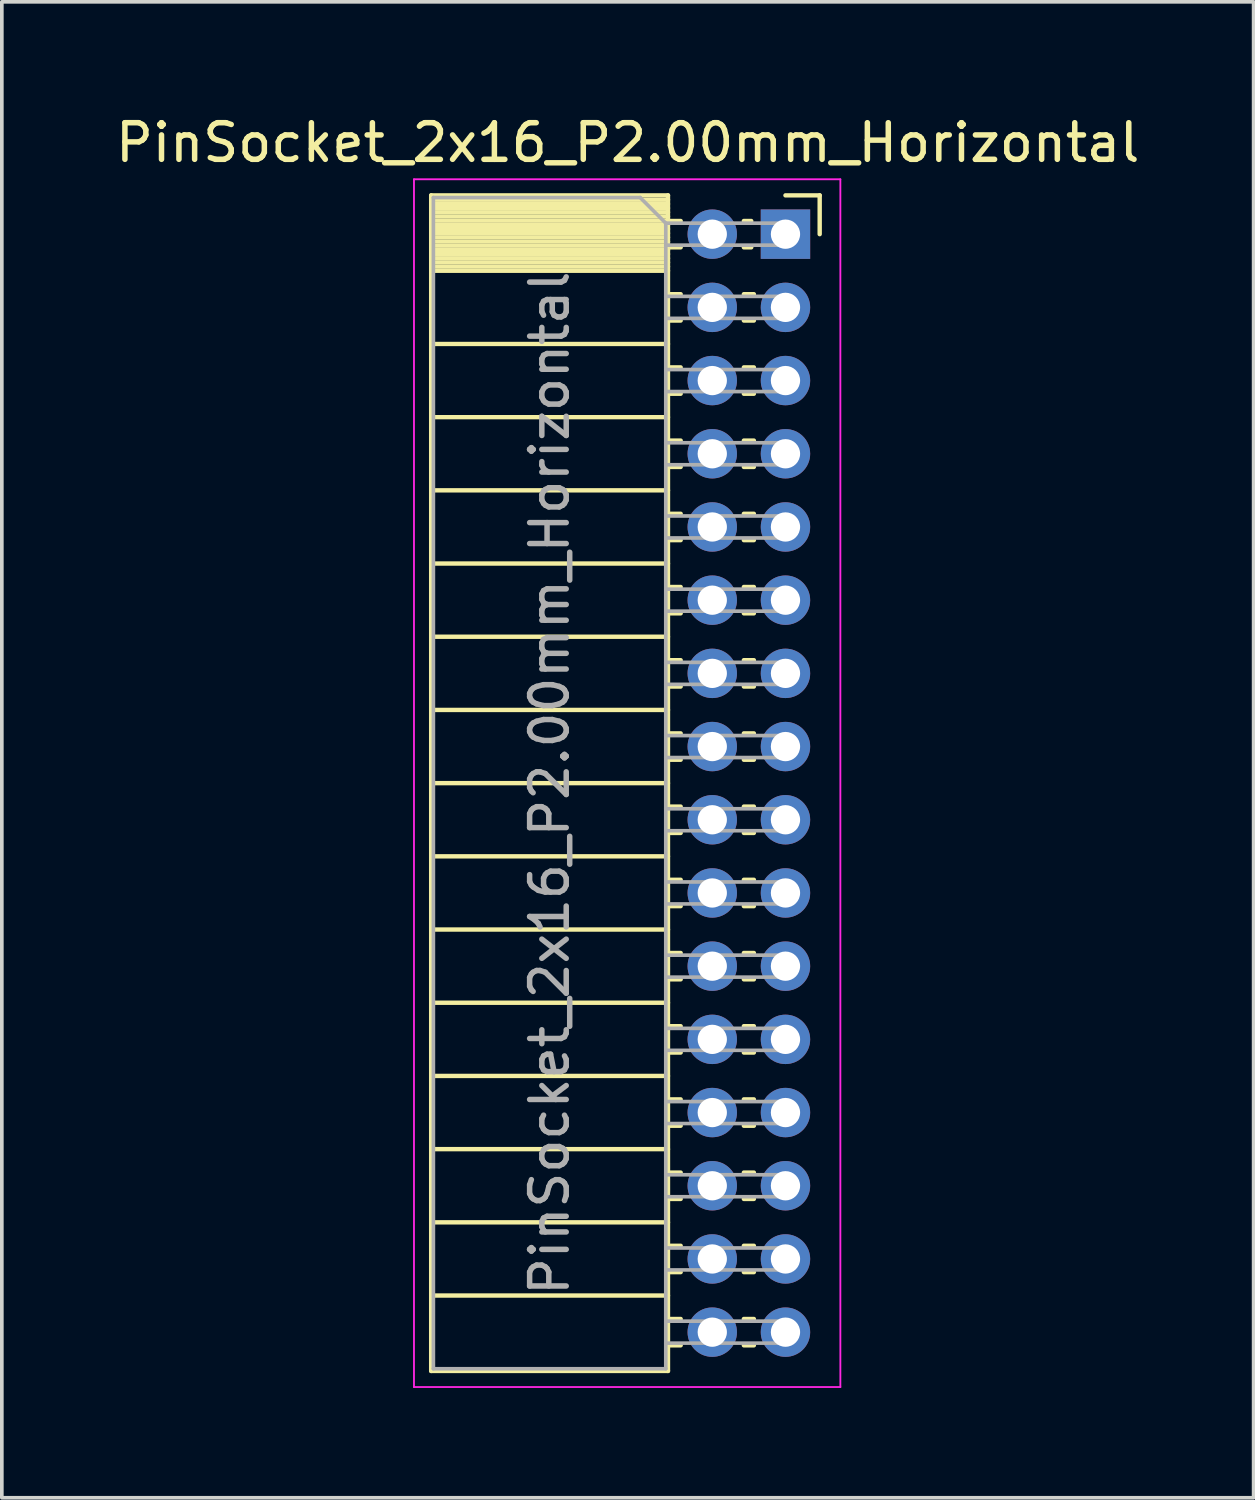
<source format=kicad_pcb>
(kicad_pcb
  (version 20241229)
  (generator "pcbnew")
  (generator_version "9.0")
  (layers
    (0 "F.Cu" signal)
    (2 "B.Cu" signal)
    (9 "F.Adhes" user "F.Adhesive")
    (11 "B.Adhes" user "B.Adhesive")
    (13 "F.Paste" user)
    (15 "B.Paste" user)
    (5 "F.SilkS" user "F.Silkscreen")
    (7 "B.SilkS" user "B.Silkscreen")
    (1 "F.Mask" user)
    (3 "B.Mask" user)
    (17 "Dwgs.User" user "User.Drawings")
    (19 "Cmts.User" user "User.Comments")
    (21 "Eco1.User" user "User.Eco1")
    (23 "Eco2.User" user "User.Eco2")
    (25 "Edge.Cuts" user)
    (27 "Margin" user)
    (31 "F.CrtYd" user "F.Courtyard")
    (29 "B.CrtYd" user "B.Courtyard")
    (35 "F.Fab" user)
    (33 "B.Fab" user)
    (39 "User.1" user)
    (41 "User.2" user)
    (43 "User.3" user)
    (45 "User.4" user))
  (footprint "PinSocket_2x16_P2.00mm_Horizontal"
    (layer "F.Cu")
    (at 18.411 3.348)
    (property "Reference" "PinSocket_2x16_P2.00mm_Horizontal" (at -4.31 -2.5 0) (layer "F.SilkS") (effects (font (size 1 1) (thickness 0.15))))
    (attr through_hole)
    (fp_line (start -9.68 -1.06) (end -9.68 31.06) (stroke (width 0.12) (type solid)) (layer "F.SilkS"))
    (fp_line (start -9.68 -1.06) (end -3.21 -1.06) (stroke (width 0.12) (type solid)) (layer "F.SilkS"))
    (fp_line (start -9.68 -0.94) (end -3.21 -0.94) (stroke (width 0.12) (type solid)) (layer "F.SilkS"))
    (fp_line (start -9.68 -0.826) (end -3.21 -0.826) (stroke (width 0.12) (type solid)) (layer "F.SilkS"))
    (fp_line (start -9.68 -0.712) (end -3.21 -0.712) (stroke (width 0.12) (type solid)) (layer "F.SilkS"))
    (fp_line (start -9.68 -0.598) (end -3.21 -0.598) (stroke (width 0.12) (type solid)) (layer "F.SilkS"))
    (fp_line (start -9.68 -0.484) (end -3.21 -0.484) (stroke (width 0.12) (type solid)) (layer "F.SilkS"))
    (fp_line (start -9.68 -0.369) (end -3.21 -0.369) (stroke (width 0.12) (type solid)) (layer "F.SilkS"))
    (fp_line (start -9.68 -0.255) (end -3.21 -0.255) (stroke (width 0.12) (type solid)) (layer "F.SilkS"))
    (fp_line (start -9.68 -0.141) (end -3.21 -0.141) (stroke (width 0.12) (type solid)) (layer "F.SilkS"))
    (fp_line (start -9.68 -0.027) (end -3.21 -0.027) (stroke (width 0.12) (type solid)) (layer "F.SilkS"))
    (fp_line (start -9.68 0.087) (end -3.21 0.087) (stroke (width 0.12) (type solid)) (layer "F.SilkS"))
    (fp_line (start -9.68 0.201) (end -3.21 0.201) (stroke (width 0.12) (type solid)) (layer "F.SilkS"))
    (fp_line (start -9.68 0.315) (end -3.21 0.315) (stroke (width 0.12) (type solid)) (layer "F.SilkS"))
    (fp_line (start -9.68 0.429) (end -3.21 0.429) (stroke (width 0.12) (type solid)) (layer "F.SilkS"))
    (fp_line (start -9.68 0.544) (end -3.21 0.544) (stroke (width 0.12) (type solid)) (layer "F.SilkS"))
    (fp_line (start -9.68 0.658) (end -3.21 0.658) (stroke (width 0.12) (type solid)) (layer "F.SilkS"))
    (fp_line (start -9.68 0.772) (end -3.21 0.772) (stroke (width 0.12) (type solid)) (layer "F.SilkS"))
    (fp_line (start -9.68 0.886) (end -3.21 0.886) (stroke (width 0.12) (type solid)) (layer "F.SilkS"))
    (fp_line (start -9.68 1) (end -3.21 1) (stroke (width 0.12) (type solid)) (layer "F.SilkS"))
    (fp_line (start -9.68 3) (end -3.21 3) (stroke (width 0.12) (type solid)) (layer "F.SilkS"))
    (fp_line (start -9.68 5) (end -3.21 5) (stroke (width 0.12) (type solid)) (layer "F.SilkS"))
    (fp_line (start -9.68 7) (end -3.21 7) (stroke (width 0.12) (type solid)) (layer "F.SilkS"))
    (fp_line (start -9.68 9) (end -3.21 9) (stroke (width 0.12) (type solid)) (layer "F.SilkS"))
    (fp_line (start -9.68 11) (end -3.21 11) (stroke (width 0.12) (type solid)) (layer "F.SilkS"))
    (fp_line (start -9.68 13) (end -3.21 13) (stroke (width 0.12) (type solid)) (layer "F.SilkS"))
    (fp_line (start -9.68 15) (end -3.21 15) (stroke (width 0.12) (type solid)) (layer "F.SilkS"))
    (fp_line (start -9.68 17) (end -3.21 17) (stroke (width 0.12) (type solid)) (layer "F.SilkS"))
    (fp_line (start -9.68 19) (end -3.21 19) (stroke (width 0.12) (type solid)) (layer "F.SilkS"))
    (fp_line (start -9.68 21) (end -3.21 21) (stroke (width 0.12) (type solid)) (layer "F.SilkS"))
    (fp_line (start -9.68 23) (end -3.21 23) (stroke (width 0.12) (type solid)) (layer "F.SilkS"))
    (fp_line (start -9.68 25) (end -3.21 25) (stroke (width 0.12) (type solid)) (layer "F.SilkS"))
    (fp_line (start -9.68 27) (end -3.21 27) (stroke (width 0.12) (type solid)) (layer "F.SilkS"))
    (fp_line (start -9.68 29) (end -3.21 29) (stroke (width 0.12) (type solid)) (layer "F.SilkS"))
    (fp_line (start -9.68 31.06) (end -3.21 31.06) (stroke (width 0.12) (type solid)) (layer "F.SilkS"))
    (fp_line (start -3.21 -1.06) (end -3.21 31.06) (stroke (width 0.12) (type solid)) (layer "F.SilkS"))
    (fp_line (start -3.21 -0.36) (end -2.863 -0.36) (stroke (width 0.12) (type solid)) (layer "F.SilkS"))
    (fp_line (start -3.21 0.36) (end -2.863 0.36) (stroke (width 0.12) (type solid)) (layer "F.SilkS"))
    (fp_line (start -3.21 1.64) (end -2.863 1.64) (stroke (width 0.12) (type solid)) (layer "F.SilkS"))
    (fp_line (start -3.21 2.36) (end -2.863 2.36) (stroke (width 0.12) (type solid)) (layer "F.SilkS"))
    (fp_line (start -3.21 3.64) (end -2.863 3.64) (stroke (width 0.12) (type solid)) (layer "F.SilkS"))
    (fp_line (start -3.21 4.36) (end -2.863 4.36) (stroke (width 0.12) (type solid)) (layer "F.SilkS"))
    (fp_line (start -3.21 5.64) (end -2.863 5.64) (stroke (width 0.12) (type solid)) (layer "F.SilkS"))
    (fp_line (start -3.21 6.36) (end -2.863 6.36) (stroke (width 0.12) (type solid)) (layer "F.SilkS"))
    (fp_line (start -3.21 7.64) (end -2.863 7.64) (stroke (width 0.12) (type solid)) (layer "F.SilkS"))
    (fp_line (start -3.21 8.36) (end -2.863 8.36) (stroke (width 0.12) (type solid)) (layer "F.SilkS"))
    (fp_line (start -3.21 9.64) (end -2.863 9.64) (stroke (width 0.12) (type solid)) (layer "F.SilkS"))
    (fp_line (start -3.21 10.36) (end -2.863 10.36) (stroke (width 0.12) (type solid)) (layer "F.SilkS"))
    (fp_line (start -3.21 11.64) (end -2.863 11.64) (stroke (width 0.12) (type solid)) (layer "F.SilkS"))
    (fp_line (start -3.21 12.36) (end -2.863 12.36) (stroke (width 0.12) (type solid)) (layer "F.SilkS"))
    (fp_line (start -3.21 13.64) (end -2.863 13.64) (stroke (width 0.12) (type solid)) (layer "F.SilkS"))
    (fp_line (start -3.21 14.36) (end -2.863 14.36) (stroke (width 0.12) (type solid)) (layer "F.SilkS"))
    (fp_line (start -3.21 15.64) (end -2.863 15.64) (stroke (width 0.12) (type solid)) (layer "F.SilkS"))
    (fp_line (start -3.21 16.36) (end -2.863 16.36) (stroke (width 0.12) (type solid)) (layer "F.SilkS"))
    (fp_line (start -3.21 17.64) (end -2.863 17.64) (stroke (width 0.12) (type solid)) (layer "F.SilkS"))
    (fp_line (start -3.21 18.36) (end -2.863 18.36) (stroke (width 0.12) (type solid)) (layer "F.SilkS"))
    (fp_line (start -3.21 19.64) (end -2.863 19.64) (stroke (width 0.12) (type solid)) (layer "F.SilkS"))
    (fp_line (start -3.21 20.36) (end -2.863 20.36) (stroke (width 0.12) (type solid)) (layer "F.SilkS"))
    (fp_line (start -3.21 21.64) (end -2.863 21.64) (stroke (width 0.12) (type solid)) (layer "F.SilkS"))
    (fp_line (start -3.21 22.36) (end -2.863 22.36) (stroke (width 0.12) (type solid)) (layer "F.SilkS"))
    (fp_line (start -3.21 23.64) (end -2.863 23.64) (stroke (width 0.12) (type solid)) (layer "F.SilkS"))
    (fp_line (start -3.21 24.36) (end -2.863 24.36) (stroke (width 0.12) (type solid)) (layer "F.SilkS"))
    (fp_line (start -3.21 25.64) (end -2.863 25.64) (stroke (width 0.12) (type solid)) (layer "F.SilkS"))
    (fp_line (start -3.21 26.36) (end -2.863 26.36) (stroke (width 0.12) (type solid)) (layer "F.SilkS"))
    (fp_line (start -3.21 27.64) (end -2.863 27.64) (stroke (width 0.12) (type solid)) (layer "F.SilkS"))
    (fp_line (start -3.21 28.36) (end -2.863 28.36) (stroke (width 0.12) (type solid)) (layer "F.SilkS"))
    (fp_line (start -3.21 29.64) (end -2.863 29.64) (stroke (width 0.12) (type solid)) (layer "F.SilkS"))
    (fp_line (start -3.21 30.36) (end -2.863 30.36) (stroke (width 0.12) (type solid)) (layer "F.SilkS"))
    (fp_line (start -1.137 -0.36) (end -0.935 -0.36) (stroke (width 0.12) (type solid)) (layer "F.SilkS"))
    (fp_line (start -1.137 0.36) (end -0.935 0.36) (stroke (width 0.12) (type solid)) (layer "F.SilkS"))
    (fp_line (start -1.137 1.64) (end -0.863 1.64) (stroke (width 0.12) (type solid)) (layer "F.SilkS"))
    (fp_line (start -1.137 2.36) (end -0.863 2.36) (stroke (width 0.12) (type solid)) (layer "F.SilkS"))
    (fp_line (start -1.137 3.64) (end -0.863 3.64) (stroke (width 0.12) (type solid)) (layer "F.SilkS"))
    (fp_line (start -1.137 4.36) (end -0.863 4.36) (stroke (width 0.12) (type solid)) (layer "F.SilkS"))
    (fp_line (start -1.137 5.64) (end -0.863 5.64) (stroke (width 0.12) (type solid)) (layer "F.SilkS"))
    (fp_line (start -1.137 6.36) (end -0.863 6.36) (stroke (width 0.12) (type solid)) (layer "F.SilkS"))
    (fp_line (start -1.137 7.64) (end -0.863 7.64) (stroke (width 0.12) (type solid)) (layer "F.SilkS"))
    (fp_line (start -1.137 8.36) (end -0.863 8.36) (stroke (width 0.12) (type solid)) (layer "F.SilkS"))
    (fp_line (start -1.137 9.64) (end -0.863 9.64) (stroke (width 0.12) (type solid)) (layer "F.SilkS"))
    (fp_line (start -1.137 10.36) (end -0.863 10.36) (stroke (width 0.12) (type solid)) (layer "F.SilkS"))
    (fp_line (start -1.137 11.64) (end -0.863 11.64) (stroke (width 0.12) (type solid)) (layer "F.SilkS"))
    (fp_line (start -1.137 12.36) (end -0.863 12.36) (stroke (width 0.12) (type solid)) (layer "F.SilkS"))
    (fp_line (start -1.137 13.64) (end -0.863 13.64) (stroke (width 0.12) (type solid)) (layer "F.SilkS"))
    (fp_line (start -1.137 14.36) (end -0.863 14.36) (stroke (width 0.12) (type solid)) (layer "F.SilkS"))
    (fp_line (start -1.137 15.64) (end -0.863 15.64) (stroke (width 0.12) (type solid)) (layer "F.SilkS"))
    (fp_line (start -1.137 16.36) (end -0.863 16.36) (stroke (width 0.12) (type solid)) (layer "F.SilkS"))
    (fp_line (start -1.137 17.64) (end -0.863 17.64) (stroke (width 0.12) (type solid)) (layer "F.SilkS"))
    (fp_line (start -1.137 18.36) (end -0.863 18.36) (stroke (width 0.12) (type solid)) (layer "F.SilkS"))
    (fp_line (start -1.137 19.64) (end -0.863 19.64) (stroke (width 0.12) (type solid)) (layer "F.SilkS"))
    (fp_line (start -1.137 20.36) (end -0.863 20.36) (stroke (width 0.12) (type solid)) (layer "F.SilkS"))
    (fp_line (start -1.137 21.64) (end -0.863 21.64) (stroke (width 0.12) (type solid)) (layer "F.SilkS"))
    (fp_line (start -1.137 22.36) (end -0.863 22.36) (stroke (width 0.12) (type solid)) (layer "F.SilkS"))
    (fp_line (start -1.137 23.64) (end -0.863 23.64) (stroke (width 0.12) (type solid)) (layer "F.SilkS"))
    (fp_line (start -1.137 24.36) (end -0.863 24.36) (stroke (width 0.12) (type solid)) (layer "F.SilkS"))
    (fp_line (start -1.137 25.64) (end -0.863 25.64) (stroke (width 0.12) (type solid)) (layer "F.SilkS"))
    (fp_line (start -1.137 26.36) (end -0.863 26.36) (stroke (width 0.12) (type solid)) (layer "F.SilkS"))
    (fp_line (start -1.137 27.64) (end -0.863 27.64) (stroke (width 0.12) (type solid)) (layer "F.SilkS"))
    (fp_line (start -1.137 28.36) (end -0.863 28.36) (stroke (width 0.12) (type solid)) (layer "F.SilkS"))
    (fp_line (start -1.137 29.64) (end -0.863 29.64) (stroke (width 0.12) (type solid)) (layer "F.SilkS"))
    (fp_line (start -1.137 30.36) (end -0.863 30.36) (stroke (width 0.12) (type solid)) (layer "F.SilkS"))
    (fp_line (start 0 -1.06) (end 0.935 -1.06) (stroke (width 0.12) (type solid)) (layer "F.SilkS"))
    (fp_line (start 0.935 -1.06) (end 0.935 0) (stroke (width 0.12) (type solid)) (layer "F.SilkS"))
    (fp_line (start -10.15 -1.5) (end -10.15 31.5) (stroke (width 0.05) (type solid)) (layer "F.CrtYd"))
    (fp_line (start -10.15 31.5) (end 1.5 31.5) (stroke (width 0.05) (type solid)) (layer "F.CrtYd"))
    (fp_line (start 1.5 -1.5) (end -10.15 -1.5) (stroke (width 0.05) (type solid)) (layer "F.CrtYd"))
    (fp_line (start 1.5 31.5) (end 1.5 -1.5) (stroke (width 0.05) (type solid)) (layer "F.CrtYd"))
    (fp_line (start -9.62 -1) (end -3.97 -1) (stroke (width 0.1) (type solid)) (layer "F.Fab"))
    (fp_line (start -9.62 31) (end -9.62 -1) (stroke (width 0.1) (type solid)) (layer "F.Fab"))
    (fp_line (start -3.97 -1) (end -3.27 -0.3) (stroke (width 0.1) (type solid)) (layer "F.Fab"))
    (fp_line (start -3.27 -0.3) (end -3.27 31) (stroke (width 0.1) (type solid)) (layer "F.Fab"))
    (fp_line (start -3.27 0.3) (end 0 0.3) (stroke (width 0.1) (type solid)) (layer "F.Fab"))
    (fp_line (start -3.27 2.3) (end 0 2.3) (stroke (width 0.1) (type solid)) (layer "F.Fab"))
    (fp_line (start -3.27 4.3) (end 0 4.3) (stroke (width 0.1) (type solid)) (layer "F.Fab"))
    (fp_line (start -3.27 6.3) (end 0 6.3) (stroke (width 0.1) (type solid)) (layer "F.Fab"))
    (fp_line (start -3.27 8.3) (end 0 8.3) (stroke (width 0.1) (type solid)) (layer "F.Fab"))
    (fp_line (start -3.27 10.3) (end 0 10.3) (stroke (width 0.1) (type solid)) (layer "F.Fab"))
    (fp_line (start -3.27 12.3) (end 0 12.3) (stroke (width 0.1) (type solid)) (layer "F.Fab"))
    (fp_line (start -3.27 14.3) (end 0 14.3) (stroke (width 0.1) (type solid)) (layer "F.Fab"))
    (fp_line (start -3.27 16.3) (end 0 16.3) (stroke (width 0.1) (type solid)) (layer "F.Fab"))
    (fp_line (start -3.27 18.3) (end 0 18.3) (stroke (width 0.1) (type solid)) (layer "F.Fab"))
    (fp_line (start -3.27 20.3) (end 0 20.3) (stroke (width 0.1) (type solid)) (layer "F.Fab"))
    (fp_line (start -3.27 22.3) (end 0 22.3) (stroke (width 0.1) (type solid)) (layer "F.Fab"))
    (fp_line (start -3.27 24.3) (end 0 24.3) (stroke (width 0.1) (type solid)) (layer "F.Fab"))
    (fp_line (start -3.27 26.3) (end 0 26.3) (stroke (width 0.1) (type solid)) (layer "F.Fab"))
    (fp_line (start -3.27 28.3) (end 0 28.3) (stroke (width 0.1) (type solid)) (layer "F.Fab"))
    (fp_line (start -3.27 30.3) (end 0 30.3) (stroke (width 0.1) (type solid)) (layer "F.Fab"))
    (fp_line (start -3.27 31) (end -9.62 31) (stroke (width 0.1) (type solid)) (layer "F.Fab"))
    (fp_line (start 0 -0.3) (end -3.27 -0.3) (stroke (width 0.1) (type solid)) (layer "F.Fab"))
    (fp_line (start 0 0.3) (end 0 -0.3) (stroke (width 0.1) (type solid)) (layer "F.Fab"))
    (fp_line (start 0 1.7) (end -3.27 1.7) (stroke (width 0.1) (type solid)) (layer "F.Fab"))
    (fp_line (start 0 2.3) (end 0 1.7) (stroke (width 0.1) (type solid)) (layer "F.Fab"))
    (fp_line (start 0 3.7) (end -3.27 3.7) (stroke (width 0.1) (type solid)) (layer "F.Fab"))
    (fp_line (start 0 4.3) (end 0 3.7) (stroke (width 0.1) (type solid)) (layer "F.Fab"))
    (fp_line (start 0 5.7) (end -3.27 5.7) (stroke (width 0.1) (type solid)) (layer "F.Fab"))
    (fp_line (start 0 6.3) (end 0 5.7) (stroke (width 0.1) (type solid)) (layer "F.Fab"))
    (fp_line (start 0 7.7) (end -3.27 7.7) (stroke (width 0.1) (type solid)) (layer "F.Fab"))
    (fp_line (start 0 8.3) (end 0 7.7) (stroke (width 0.1) (type solid)) (layer "F.Fab"))
    (fp_line (start 0 9.7) (end -3.27 9.7) (stroke (width 0.1) (type solid)) (layer "F.Fab"))
    (fp_line (start 0 10.3) (end 0 9.7) (stroke (width 0.1) (type solid)) (layer "F.Fab"))
    (fp_line (start 0 11.7) (end -3.27 11.7) (stroke (width 0.1) (type solid)) (layer "F.Fab"))
    (fp_line (start 0 12.3) (end 0 11.7) (stroke (width 0.1) (type solid)) (layer "F.Fab"))
    (fp_line (start 0 13.7) (end -3.27 13.7) (stroke (width 0.1) (type solid)) (layer "F.Fab"))
    (fp_line (start 0 14.3) (end 0 13.7) (stroke (width 0.1) (type solid)) (layer "F.Fab"))
    (fp_line (start 0 15.7) (end -3.27 15.7) (stroke (width 0.1) (type solid)) (layer "F.Fab"))
    (fp_line (start 0 16.3) (end 0 15.7) (stroke (width 0.1) (type solid)) (layer "F.Fab"))
    (fp_line (start 0 17.7) (end -3.27 17.7) (stroke (width 0.1) (type solid)) (layer "F.Fab"))
    (fp_line (start 0 18.3) (end 0 17.7) (stroke (width 0.1) (type solid)) (layer "F.Fab"))
    (fp_line (start 0 19.7) (end -3.27 19.7) (stroke (width 0.1) (type solid)) (layer "F.Fab"))
    (fp_line (start 0 20.3) (end 0 19.7) (stroke (width 0.1) (type solid)) (layer "F.Fab"))
    (fp_line (start 0 21.7) (end -3.27 21.7) (stroke (width 0.1) (type solid)) (layer "F.Fab"))
    (fp_line (start 0 22.3) (end 0 21.7) (stroke (width 0.1) (type solid)) (layer "F.Fab"))
    (fp_line (start 0 23.7) (end -3.27 23.7) (stroke (width 0.1) (type solid)) (layer "F.Fab"))
    (fp_line (start 0 24.3) (end 0 23.7) (stroke (width 0.1) (type solid)) (layer "F.Fab"))
    (fp_line (start 0 25.7) (end -3.27 25.7) (stroke (width 0.1) (type solid)) (layer "F.Fab"))
    (fp_line (start 0 26.3) (end 0 25.7) (stroke (width 0.1) (type solid)) (layer "F.Fab"))
    (fp_line (start 0 27.7) (end -3.27 27.7) (stroke (width 0.1) (type solid)) (layer "F.Fab"))
    (fp_line (start 0 28.3) (end 0 27.7) (stroke (width 0.1) (type solid)) (layer "F.Fab"))
    (fp_line (start 0 29.7) (end -3.27 29.7) (stroke (width 0.1) (type solid)) (layer "F.Fab"))
    (fp_line (start 0 30.3) (end 0 29.7) (stroke (width 0.1) (type solid)) (layer "F.Fab"))
    (fp_text user "${REFERENCE}" (at -6.445 15 90) (layer "F.Fab") (effects (font (size 1 1) (thickness 0.15))))
    (pad "1" thru_hole rect (at 0 0) (size 1.35 1.35) (drill 0.8) (layers "*.Cu" "*.Mask"))
    (pad "2" thru_hole oval (at -2 0) (size 1.35 1.35) (drill 0.8) (layers "*.Cu" "*.Mask"))
    (pad "3" thru_hole oval (at 0 2) (size 1.35 1.35) (drill 0.8) (layers "*.Cu" "*.Mask"))
    (pad "4" thru_hole oval (at -2 2) (size 1.35 1.35) (drill 0.8) (layers "*.Cu" "*.Mask"))
    (pad "5" thru_hole oval (at 0 4) (size 1.35 1.35) (drill 0.8) (layers "*.Cu" "*.Mask"))
    (pad "6" thru_hole oval (at -2 4) (size 1.35 1.35) (drill 0.8) (layers "*.Cu" "*.Mask"))
    (pad "7" thru_hole oval (at 0 6) (size 1.35 1.35) (drill 0.8) (layers "*.Cu" "*.Mask"))
    (pad "8" thru_hole oval (at -2 6) (size 1.35 1.35) (drill 0.8) (layers "*.Cu" "*.Mask"))
    (pad "9" thru_hole oval (at 0 8) (size 1.35 1.35) (drill 0.8) (layers "*.Cu" "*.Mask"))
    (pad "10" thru_hole oval (at -2 8) (size 1.35 1.35) (drill 0.8) (layers "*.Cu" "*.Mask"))
    (pad "11" thru_hole oval (at 0 10) (size 1.35 1.35) (drill 0.8) (layers "*.Cu" "*.Mask"))
    (pad "12" thru_hole oval (at -2 10) (size 1.35 1.35) (drill 0.8) (layers "*.Cu" "*.Mask"))
    (pad "13" thru_hole oval (at 0 12) (size 1.35 1.35) (drill 0.8) (layers "*.Cu" "*.Mask"))
    (pad "14" thru_hole oval (at -2 12) (size 1.35 1.35) (drill 0.8) (layers "*.Cu" "*.Mask"))
    (pad "15" thru_hole oval (at 0 14) (size 1.35 1.35) (drill 0.8) (layers "*.Cu" "*.Mask"))
    (pad "16" thru_hole oval (at -2 14) (size 1.35 1.35) (drill 0.8) (layers "*.Cu" "*.Mask"))
    (pad "17" thru_hole oval (at 0 16) (size 1.35 1.35) (drill 0.8) (layers "*.Cu" "*.Mask"))
    (pad "18" thru_hole oval (at -2 16) (size 1.35 1.35) (drill 0.8) (layers "*.Cu" "*.Mask"))
    (pad "19" thru_hole oval (at 0 18) (size 1.35 1.35) (drill 0.8) (layers "*.Cu" "*.Mask"))
    (pad "20" thru_hole oval (at -2 18) (size 1.35 1.35) (drill 0.8) (layers "*.Cu" "*.Mask"))
    (pad "21" thru_hole oval (at 0 20) (size 1.35 1.35) (drill 0.8) (layers "*.Cu" "*.Mask"))
    (pad "22" thru_hole oval (at -2 20) (size 1.35 1.35) (drill 0.8) (layers "*.Cu" "*.Mask"))
    (pad "23" thru_hole oval (at 0 22) (size 1.35 1.35) (drill 0.8) (layers "*.Cu" "*.Mask"))
    (pad "24" thru_hole oval (at -2 22) (size 1.35 1.35) (drill 0.8) (layers "*.Cu" "*.Mask"))
    (pad "25" thru_hole oval (at 0 24) (size 1.35 1.35) (drill 0.8) (layers "*.Cu" "*.Mask"))
    (pad "26" thru_hole oval (at -2 24) (size 1.35 1.35) (drill 0.8) (layers "*.Cu" "*.Mask"))
    (pad "27" thru_hole oval (at 0 26) (size 1.35 1.35) (drill 0.8) (layers "*.Cu" "*.Mask"))
    (pad "28" thru_hole oval (at -2 26) (size 1.35 1.35) (drill 0.8) (layers "*.Cu" "*.Mask"))
    (pad "29" thru_hole oval (at 0 28) (size 1.35 1.35) (drill 0.8) (layers "*.Cu" "*.Mask"))
    (pad "30" thru_hole oval (at -2 28) (size 1.35 1.35) (drill 0.8) (layers "*.Cu" "*.Mask"))
    (pad "31" thru_hole oval (at 0 30) (size 1.35 1.35) (drill 0.8) (layers "*.Cu" "*.Mask"))
    (pad "32" thru_hole oval (at -2 30) (size 1.35 1.35) (drill 0.8) (layers "*.Cu" "*.Mask")))
  (gr_rect
    (start -3 -3)
    (end 31.202 37.873)
    (stroke (width 0.1) (type default))
    (fill no)
    (layer "Edge.Cuts")))
</source>
